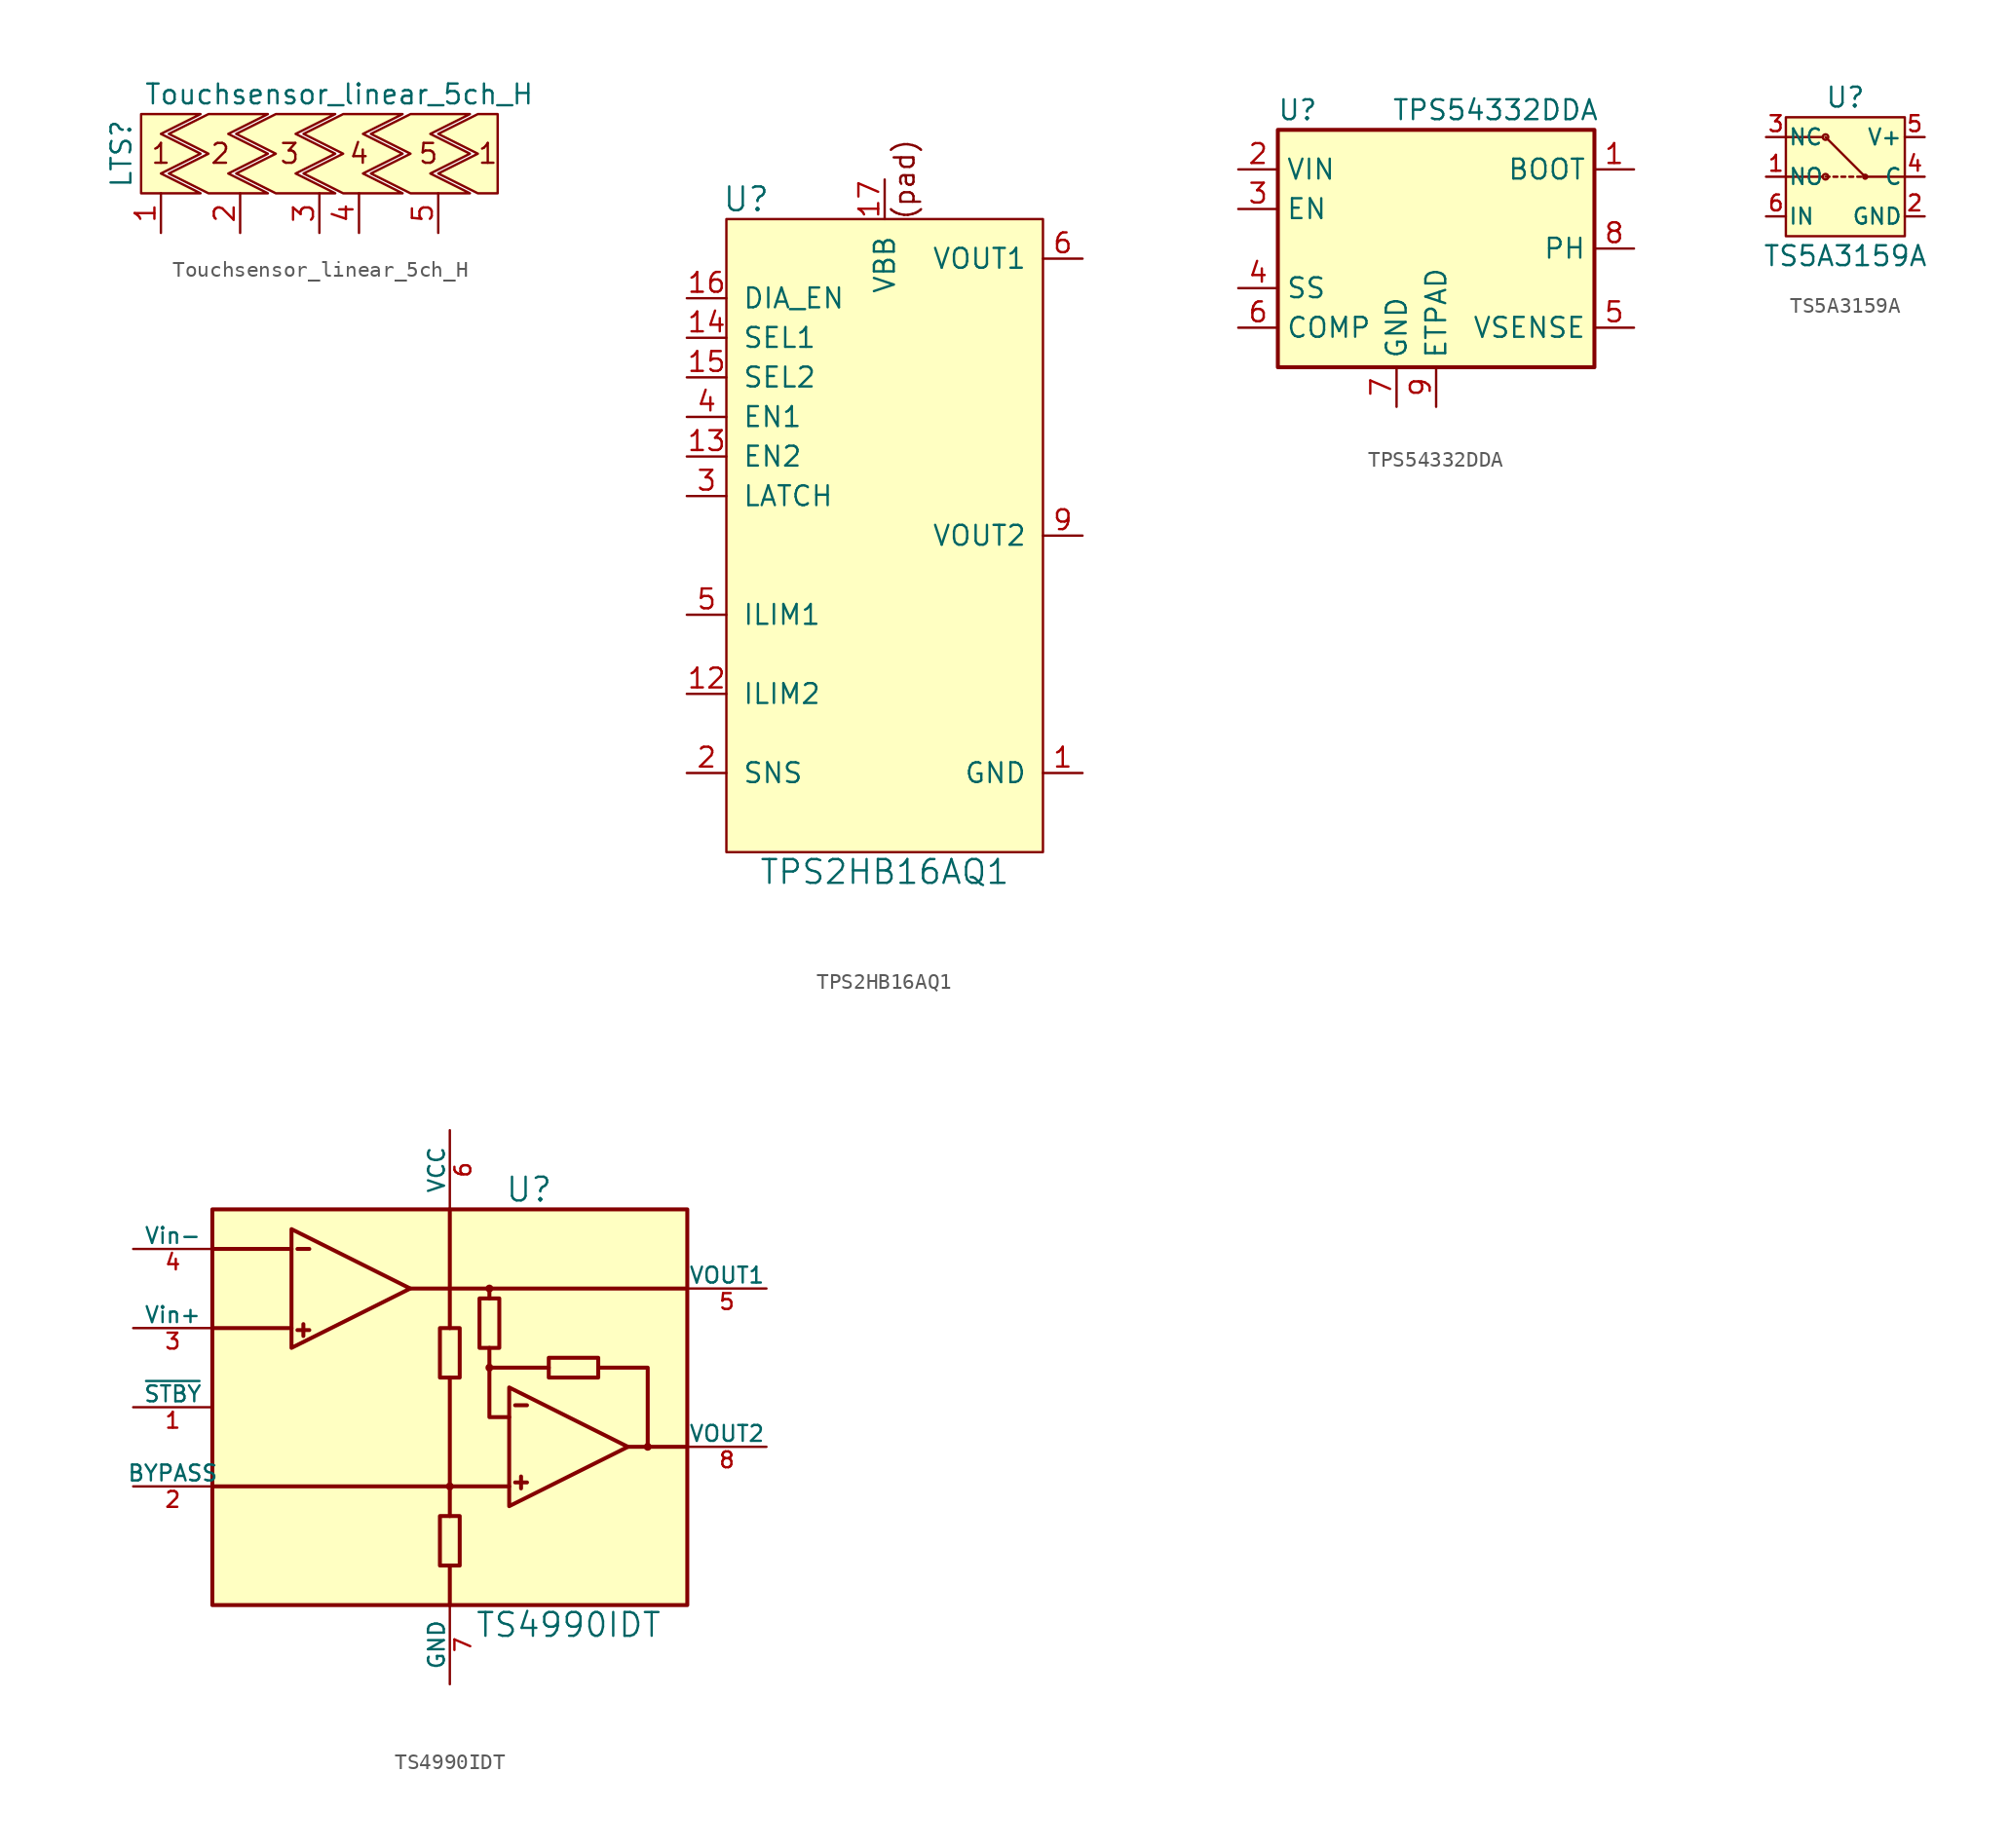
<source format=kicad_sym>
(kicad_symbol_lib
  (version 20211014)
  (generator kicad_symbol_editor)
  (symbol "Touchsensor_linear_5ch_H"
    (pin_names
      (offset 1.016))
    (property "Reference" "LTS"
      (at -12.7 0 90)
      (effects (font (size 1.27 1.27))))
    (property "Value" "Touchsensor_linear_5ch_H"
      (at 1.27 3.81 0)
      (effects (font (size 1.27 1.27))))
    (symbol "Touchsensor_linear_5ch_H_0_0"
      (text "1" (at -10.16 0 0) (effects (font (size 1.27 1.27))))
      (text "1" (at 10.795 0 0) (effects (font (size 1.27 1.27))))
      (text "2" (at -6.35 0 0) (effects (font (size 1.27 1.27))))
      (text "3" (at -1.905 0 0) (effects (font (size 1.27 1.27))))
      (text "4" (at 2.54 0 0) (effects (font (size 1.27 1.27))))
      (text "5" (at 6.985 0 0) (effects (font (size 1.27 1.27)))))
    (symbol "Touchsensor_linear_5ch_H_0_1"
      (polyline (pts (xy -11.43 2.54) (xy -7.62 2.54) (xy -10.16 1.27) (xy -7.62 0) (xy -10.16 -1.27) (xy -7.62 -2.54) (xy -11.43 -2.54) (xy -11.43 2.54)) (stroke (width 0) (type default) (color 0 0 0 0)) (fill (type background)))
      (polyline (pts (xy 10.16 0) (xy 7.62 1.27) (xy 10.16 2.54) (xy 11.43 2.54) (xy 11.43 -2.54) (xy 10.16 -2.54) (xy 7.62 -1.27) (xy 10.16 0)) (stroke (width 0) (type default) (color 0 0 0 0)) (fill (type background)))
      (polyline (pts (xy -7.112 0) (xy -9.652 1.27) (xy -7.112 2.54) (xy -3.302 2.54) (xy -5.842 1.27) (xy -3.302 0) (xy -5.842 -1.27) (xy -3.302 -2.54) (xy -7.112 -2.54) (xy -9.652 -1.27) (xy -7.112 0)) (stroke (width 0) (type default) (color 0 0 0 0)) (fill (type background)))
      (polyline (pts (xy -2.794 0) (xy -5.334 1.27) (xy -2.794 2.54) (xy 1.016 2.54) (xy -1.524 1.27) (xy 1.016 0) (xy -1.524 -1.27) (xy 1.016 -2.54) (xy -2.794 -2.54) (xy -5.334 -1.27) (xy -2.794 0)) (stroke (width 0) (type default) (color 0 0 0 0)) (fill (type background)))
      (polyline (pts (xy 1.524 0) (xy -1.016 1.27) (xy 1.524 2.54) (xy 5.334 2.54) (xy 2.794 1.27) (xy 5.334 0) (xy 2.794 -1.27) (xy 5.334 -2.54) (xy 1.524 -2.54) (xy -1.016 -1.27) (xy 1.524 0)) (stroke (width 0) (type default) (color 0 0 0 0)) (fill (type background)))
      (polyline (pts (xy 5.842 0) (xy 3.302 1.27) (xy 5.842 2.54) (xy 9.652 2.54) (xy 7.112 1.27) (xy 9.652 0) (xy 7.112 -1.27) (xy 9.652 -2.54) (xy 5.842 -2.54) (xy 3.302 -1.27) (xy 5.842 0)) (stroke (width 0) (type default) (color 0 0 0 0)) (fill (type background))))
    (symbol "Touchsensor_linear_5ch_H_1_1"
      (pin bidirectional line (at -10.16 -5.08 90) (length 2.54) (name "~" (effects (font (size 1.27 1.27)))) (number "1" (effects (font (size 1.27 1.27)))))
      (pin bidirectional line (at -5.08 -5.08 90) (length 2.54) (name "~" (effects (font (size 1.27 1.27)))) (number "2" (effects (font (size 1.27 1.27)))))
      (pin bidirectional line (at 0 -5.08 90) (length 2.54) (name "~" (effects (font (size 1.27 1.27)))) (number "3" (effects (font (size 1.27 1.27)))))
      (pin bidirectional line (at 2.54 -5.08 90) (length 2.54) (name "~" (effects (font (size 1.27 1.27)))) (number "4" (effects (font (size 1.27 1.27)))))
      (pin bidirectional line (at 7.62 -5.08 90) (length 2.54) (name "~" (effects (font (size 1.27 1.27)))) (number "5" (effects (font (size 1.27 1.27)))))))
  (symbol "TPS2HB16AQ1"
    (pin_names
      (offset 1.016))
    (property "Reference" "U"
      (at -8.89 21.59 0)
      (effects (font (size 1.524 1.524))))
    (property "Value" "TPS2HB16AQ1"
      (at 0 -21.59 0)
      (effects (font (size 1.524 1.524))))
    (symbol "TPS2HB16AQ1_0_0"
      (text "(pad)" (at 1.27 22.86 900) (effects (font (size 1.27 1.27)))))
    (symbol "TPS2HB16AQ1_0_1"
      (rectangle (start -10.16 20.32) (end 10.16 -20.32) (stroke (width 0) (type default) (color 0 0 0 0)) (fill (type background))))
    (symbol "TPS2HB16AQ1_1_1"
      (pin passive line (at 12.7 -15.24 180) (length 2.54) (name "GND" (effects (font (size 1.27 1.27)))) (number "1" (effects (font (size 1.27 1.27)))))
      (pin passive line (at 12.7 0 180) (length 2.54) hide (name "VOUT2" (effects (font (size 1.27 1.27)))) (number "10" (effects (font (size 1.27 1.27)))))
      (pin passive line (at 12.7 0 180) (length 2.54) hide (name "VOUT2" (effects (font (size 1.27 1.27)))) (number "11" (effects (font (size 1.27 1.27)))))
      (pin output line (at -12.7 -10.16 0) (length 2.54) (name "ILIM2" (effects (font (size 1.27 1.27)))) (number "12" (effects (font (size 1.27 1.27)))))
      (pin input line (at -12.7 5.08 0) (length 2.54) (name "EN2" (effects (font (size 1.27 1.27)))) (number "13" (effects (font (size 1.27 1.27)))))
      (pin input line (at -12.7 12.7 0) (length 2.54) (name "SEL1" (effects (font (size 1.27 1.27)))) (number "14" (effects (font (size 1.27 1.27)))))
      (pin input line (at -12.7 10.16 0) (length 2.54) (name "SEL2" (effects (font (size 1.27 1.27)))) (number "15" (effects (font (size 1.27 1.27)))))
      (pin input line (at -12.7 15.24 0) (length 2.54) (name "DIA_EN" (effects (font (size 1.27 1.27)))) (number "16" (effects (font (size 1.27 1.27)))))
      (pin power_in line (at 0 22.86 270) (length 2.54) (name "VBB" (effects (font (size 1.27 1.27)))) (number "17" (effects (font (size 1.27 1.27)))))
      (pin output line (at -12.7 -15.24 0) (length 2.54) (name "SNS" (effects (font (size 1.27 1.27)))) (number "2" (effects (font (size 1.27 1.27)))))
      (pin input line (at -12.7 2.54 0) (length 2.54) (name "LATCH" (effects (font (size 1.27 1.27)))) (number "3" (effects (font (size 1.27 1.27)))))
      (pin input line (at -12.7 7.62 0) (length 2.54) (name "EN1" (effects (font (size 1.27 1.27)))) (number "4" (effects (font (size 1.27 1.27)))))
      (pin output line (at -12.7 -5.08 0) (length 2.54) (name "ILIM1" (effects (font (size 1.27 1.27)))) (number "5" (effects (font (size 1.27 1.27)))))
      (pin power_out line (at 12.7 17.78 180) (length 2.54) (name "VOUT1" (effects (font (size 1.27 1.27)))) (number "6" (effects (font (size 1.27 1.27)))))
      (pin passive line (at 12.7 17.78 180) (length 2.54) hide (name "VOUT1" (effects (font (size 1.27 1.27)))) (number "7" (effects (font (size 1.27 1.27)))))
      (pin passive line (at 12.7 17.78 180) (length 2.54) hide (name "VOUT1" (effects (font (size 1.27 1.27)))) (number "8" (effects (font (size 1.27 1.27)))))
      (pin power_out line (at 12.7 0 180) (length 2.54) (name "VOUT2" (effects (font (size 1.27 1.27)))) (number "9" (effects (font (size 1.27 1.27)))))))
  (symbol "TPS54332DDA"
    (property "Reference" "U"
      (at -8.89 8.89 0)
      (effects (font (size 1.27 1.27))))
    (property "Value" "TPS54332DDA"
      (at 3.81 8.89 0)
      (effects (font (size 1.27 1.27))))
    (symbol "TPS54332DDA_1_1"
      (rectangle (start -10.16 7.62) (end 10.16 -7.62) (stroke (width 0.254) (type default) (color 0 0 0 0)) (fill (type background)))
      (pin output line (at 12.7 5.08 180) (length 2.54) (name "BOOT" (effects (font (size 1.27 1.27)))) (number "1" (effects (font (size 1.27 1.27)))))
      (pin power_in line (at -12.7 5.08 0) (length 2.54) (name "VIN" (effects (font (size 1.27 1.27)))) (number "2" (effects (font (size 1.27 1.27)))))
      (pin input line (at -12.7 2.54 0) (length 2.54) (name "EN" (effects (font (size 1.27 1.27)))) (number "3" (effects (font (size 1.27 1.27)))))
      (pin input line (at -12.7 -2.54 0) (length 2.54) (name "SS" (effects (font (size 1.27 1.27)))) (number "4" (effects (font (size 1.27 1.27)))))
      (pin input line (at 12.7 -5.08 180) (length 2.54) (name "VSENSE" (effects (font (size 1.27 1.27)))) (number "5" (effects (font (size 1.27 1.27)))))
      (pin output line (at -12.7 -5.08 0) (length 2.54) (name "COMP" (effects (font (size 1.27 1.27)))) (number "6" (effects (font (size 1.27 1.27)))))
      (pin power_in line (at -2.54 -10.16 90) (length 2.54) (name "GND" (effects (font (size 1.27 1.27)))) (number "7" (effects (font (size 1.27 1.27)))))
      (pin output line (at 12.7 0 180) (length 2.54) (name "PH" (effects (font (size 1.27 1.27)))) (number "8" (effects (font (size 1.27 1.27)))))
      (pin power_in line (at 0 -10.16 90) (length 2.54) (name "ETPAD" (effects (font (size 1.27 1.27)))) (number "9" (effects (font (size 1.27 1.27)))))))
  (symbol "TS5A3159A"
    (pin_names
      (offset 0.127))
    (property "Reference" "U"
      (at 0 5.08 0)
      (effects (font (size 1.27 1.27))))
    (property "Value" "TS5A3159A"
      (at 0 -5.08 0)
      (effects (font (size 1.27 1.27))))
    (symbol "TS5A3159A_0_1"
      (rectangle (start -3.81 3.81) (end 3.81 -3.81) (stroke (width 0) (type default) (color 0 0 0 0)) (fill (type background)))
      (circle (center -1.27 0) (radius 0.178) (stroke (width 0) (type default) (color 0 0 0 0)) (fill (type none)))
      (circle (center -1.27 2.54) (radius 0.178) (stroke (width 0) (type default) (color 0 0 0 0)) (fill (type none)))
      (polyline (pts (xy -3.81 2.54) (xy -1.524 2.54)) (stroke (width 0) (type default) (color 0 0 0 0)) (fill (type none)))
      (polyline (pts (xy -1.524 0) (xy -3.81 0)) (stroke (width 0) (type default) (color 0 0 0 0)) (fill (type none)))
      (polyline (pts (xy -1.27 0) (xy -1.016 0)) (stroke (width 0) (type default) (color 0 0 0 0)) (fill (type none)))
      (polyline (pts (xy -0.762 0) (xy -0.508 0)) (stroke (width 0) (type default) (color 0 0 0 0)) (fill (type none)))
      (polyline (pts (xy -0.254 0) (xy 0 0)) (stroke (width 0) (type default) (color 0 0 0 0)) (fill (type none)))
      (polyline (pts (xy 0.254 0) (xy 0.508 0)) (stroke (width 0) (type default) (color 0 0 0 0)) (fill (type none)))
      (polyline (pts (xy 0.762 0) (xy 1.016 0)) (stroke (width 0) (type default) (color 0 0 0 0)) (fill (type none)))
      (polyline (pts (xy 1.27 0) (xy -1.27 2.54)) (stroke (width 0) (type default) (color 0 0 0 0)) (fill (type none)))
      (circle (center 1.27 0) (radius 0.127) (stroke (width 0) (type default) (color 0 0 0 0)) (fill (type none)))
      (rectangle (start 3.81 0) (end 1.27 0) (stroke (width 0) (type default) (color 0 0 0 0)) (fill (type none))))
    (symbol "TS5A3159A_1_1"
      (pin passive line (at -5.08 0 0) (length 1.27) (name "NO" (effects (font (size 1.016 1.016)))) (number "1" (effects (font (size 1.016 1.016)))))
      (pin power_in line (at 5.08 -2.54 180) (length 1.27) (name "GND" (effects (font (size 1.016 1.016)))) (number "2" (effects (font (size 1.016 1.016)))))
      (pin passive line (at -5.08 2.54 0) (length 1.27) (name "NC" (effects (font (size 1.016 1.016)))) (number "3" (effects (font (size 1.016 1.016)))))
      (pin passive line (at 5.08 0 180) (length 1.27) (name "C" (effects (font (size 1.016 1.016)))) (number "4" (effects (font (size 1.016 1.016)))))
      (pin power_in line (at 5.08 2.54 180) (length 1.27) (name "V+" (effects (font (size 1.016 1.016)))) (number "5" (effects (font (size 1.016 1.016)))))
      (pin input line (at -5.08 -2.54 0) (length 1.27) (name "IN" (effects (font (size 1.016 1.016)))) (number "6" (effects (font (size 1.016 1.016)))))))
  (symbol "TS4990IDT"
    (pin_names
      (offset 0))
    (property "Reference" "U"
      (at 5.08 13.97 0)
      (effects (font (size 1.524 1.524))))
    (property "Value" "TS4990IDT"
      (at 7.62 -13.97 0)
      (effects (font (size 1.524 1.524))))
    (symbol "TS4990IDT_0_0"
      (rectangle (start -15.24 12.7) (end 15.24 -12.7) (stroke (width 0.254) (type default) (color 0 0 0 0)) (fill (type background)))
      (rectangle (start -0.635 -6.985) (end 0.635 -10.16) (stroke (width 0.254) (type default) (color 0 0 0 0)) (fill (type none)))
      (rectangle (start -0.635 5.08) (end 0.635 1.905) (stroke (width 0.254) (type default) (color 0 0 0 0)) (fill (type none)))
      (circle (center 0 -5.08) (radius 0.127) (stroke (width 0.254) (type default) (color 0 0 0 0)) (fill (type none)))
      (polyline (pts (xy -15.24 5.08) (xy -10.16 5.08)) (stroke (width 0.254) (type default) (color 0 0 0 0)) (fill (type none)))
      (polyline (pts (xy -15.24 10.16) (xy -10.16 10.16)) (stroke (width 0.254) (type default) (color 0 0 0 0)) (fill (type none)))
      (polyline (pts (xy -9.779 4.953) (xy -9.017 4.953)) (stroke (width 0.254) (type default) (color 0 0 0 0)) (fill (type none)))
      (polyline (pts (xy -9.779 10.16) (xy -9.017 10.16)) (stroke (width 0.254) (type default) (color 0 0 0 0)) (fill (type none)))
      (polyline (pts (xy -9.398 5.334) (xy -9.398 4.572)) (stroke (width 0.254) (type default) (color 0 0 0 0)) (fill (type none)))
      (polyline (pts (xy -2.54 7.62) (xy 15.24 7.62)) (stroke (width 0.254) (type default) (color 0 0 0 0)) (fill (type none)))
      (polyline (pts (xy 0 -10.16) (xy 0 -12.7)) (stroke (width 0.254) (type default) (color 0 0 0 0)) (fill (type none)))
      (polyline (pts (xy 0 -5.08) (xy 0 -6.985)) (stroke (width 0.254) (type default) (color 0 0 0 0)) (fill (type none)))
      (polyline (pts (xy 0 1.905) (xy 0 -5.08)) (stroke (width 0.254) (type default) (color 0 0 0 0)) (fill (type none)))
      (polyline (pts (xy 0 12.7) (xy 0 5.08)) (stroke (width 0.254) (type default) (color 0 0 0 0)) (fill (type none)))
      (polyline (pts (xy 2.54 6.985) (xy 2.54 7.62)) (stroke (width 0.254) (type default) (color 0 0 0 0)) (fill (type none)))
      (polyline (pts (xy 3.81 -5.08) (xy -15.24 -5.08)) (stroke (width 0.254) (type default) (color 0 0 0 0)) (fill (type none)))
      (polyline (pts (xy 4.191 0.127) (xy 4.953 0.127)) (stroke (width 0.254) (type default) (color 0 0 0 0)) (fill (type none)))
      (polyline (pts (xy 4.572 -5.207) (xy 4.572 -4.445)) (stroke (width 0.254) (type default) (color 0 0 0 0)) (fill (type none)))
      (polyline (pts (xy 4.953 -4.826) (xy 4.191 -4.826)) (stroke (width 0.254) (type default) (color 0 0 0 0)) (fill (type none)))
      (polyline (pts (xy 11.43 -2.54) (xy 15.24 -2.54)) (stroke (width 0.254) (type default) (color 0 0 0 0)) (fill (type none)))
      (polyline (pts (xy 3.81 -0.635) (xy 2.54 -0.635) (xy 2.54 2.54)) (stroke (width 0.254) (type default) (color 0 0 0 0)) (fill (type none)))
      (polyline (pts (xy 6.35 2.54) (xy 2.54 2.54) (xy 2.54 3.81)) (stroke (width 0.254) (type default) (color 0 0 0 0)) (fill (type none)))
      (polyline (pts (xy -10.16 11.43) (xy -10.16 3.81) (xy -2.54 7.62) (xy -10.16 11.43)) (stroke (width 0.254) (type default) (color 0 0 0 0)) (fill (type none)))
      (polyline (pts (xy 3.81 1.27) (xy 3.81 -6.35) (xy 11.43 -2.54) (xy 3.81 1.27)) (stroke (width 0.254) (type default) (color 0 0 0 0)) (fill (type none)))
      (polyline (pts (xy 9.525 2.54) (xy 12.065 2.54) (xy 12.7 2.54) (xy 12.7 -2.54)) (stroke (width 0.254) (type default) (color 0 0 0 0)) (fill (type none)))
      (rectangle (start 1.905 6.985) (end 3.175 3.81) (stroke (width 0.254) (type default) (color 0 0 0 0)) (fill (type none)))
      (circle (center 2.54 2.54) (radius 0.127) (stroke (width 0.254) (type default) (color 0 0 0 0)) (fill (type none)))
      (circle (center 2.54 7.62) (radius 0.127) (stroke (width 0.254) (type default) (color 0 0 0 0)) (fill (type none)))
      (rectangle (start 6.35 3.175) (end 9.525 1.905) (stroke (width 0.254) (type default) (color 0 0 0 0)) (fill (type none)))
      (circle (center 12.7 -2.54) (radius 0.127) (stroke (width 0.254) (type default) (color 0 0 0 0)) (fill (type none))))
    (symbol "TS4990IDT_0_1"
      (pin input line (at -20.32 0 0) (length 5.08) (name "~{STBY}" (effects (font (size 1.016 1.016)))) (number "1" (effects (font (size 1.016 1.016)))))
      (pin bidirectional line (at -20.32 -5.08 0) (length 5.08) (name "BYPASS" (effects (font (size 1.016 1.016)))) (number "2" (effects (font (size 1.016 1.016)))))
      (pin input line (at -20.32 5.08 0) (length 5.08) (name "Vin+" (effects (font (size 1.016 1.016)))) (number "3" (effects (font (size 1.016 1.016)))))
      (pin input line (at -20.32 10.16 0) (length 5.08) (name "Vin-" (effects (font (size 1.016 1.016)))) (number "4" (effects (font (size 1.016 1.016)))))
      (pin output line (at 20.32 7.62 180) (length 5.08) (name "VOUT1" (effects (font (size 1.016 1.016)))) (number "5" (effects (font (size 1.016 1.016)))))
      (pin power_in line (at 0 17.78 270) (length 5.08) (name "VCC" (effects (font (size 1.016 1.016)))) (number "6" (effects (font (size 1.016 1.016)))))
      (pin power_in line (at 0 -17.78 90) (length 5.08) (name "GND" (effects (font (size 1.016 1.016)))) (number "7" (effects (font (size 1.016 1.016)))))
      (pin output line (at 20.32 -2.54 180) (length 5.08) (name "VOUT2" (effects (font (size 1.016 1.016)))) (number "8" (effects (font (size 1.016 1.016))))))))
</source>
